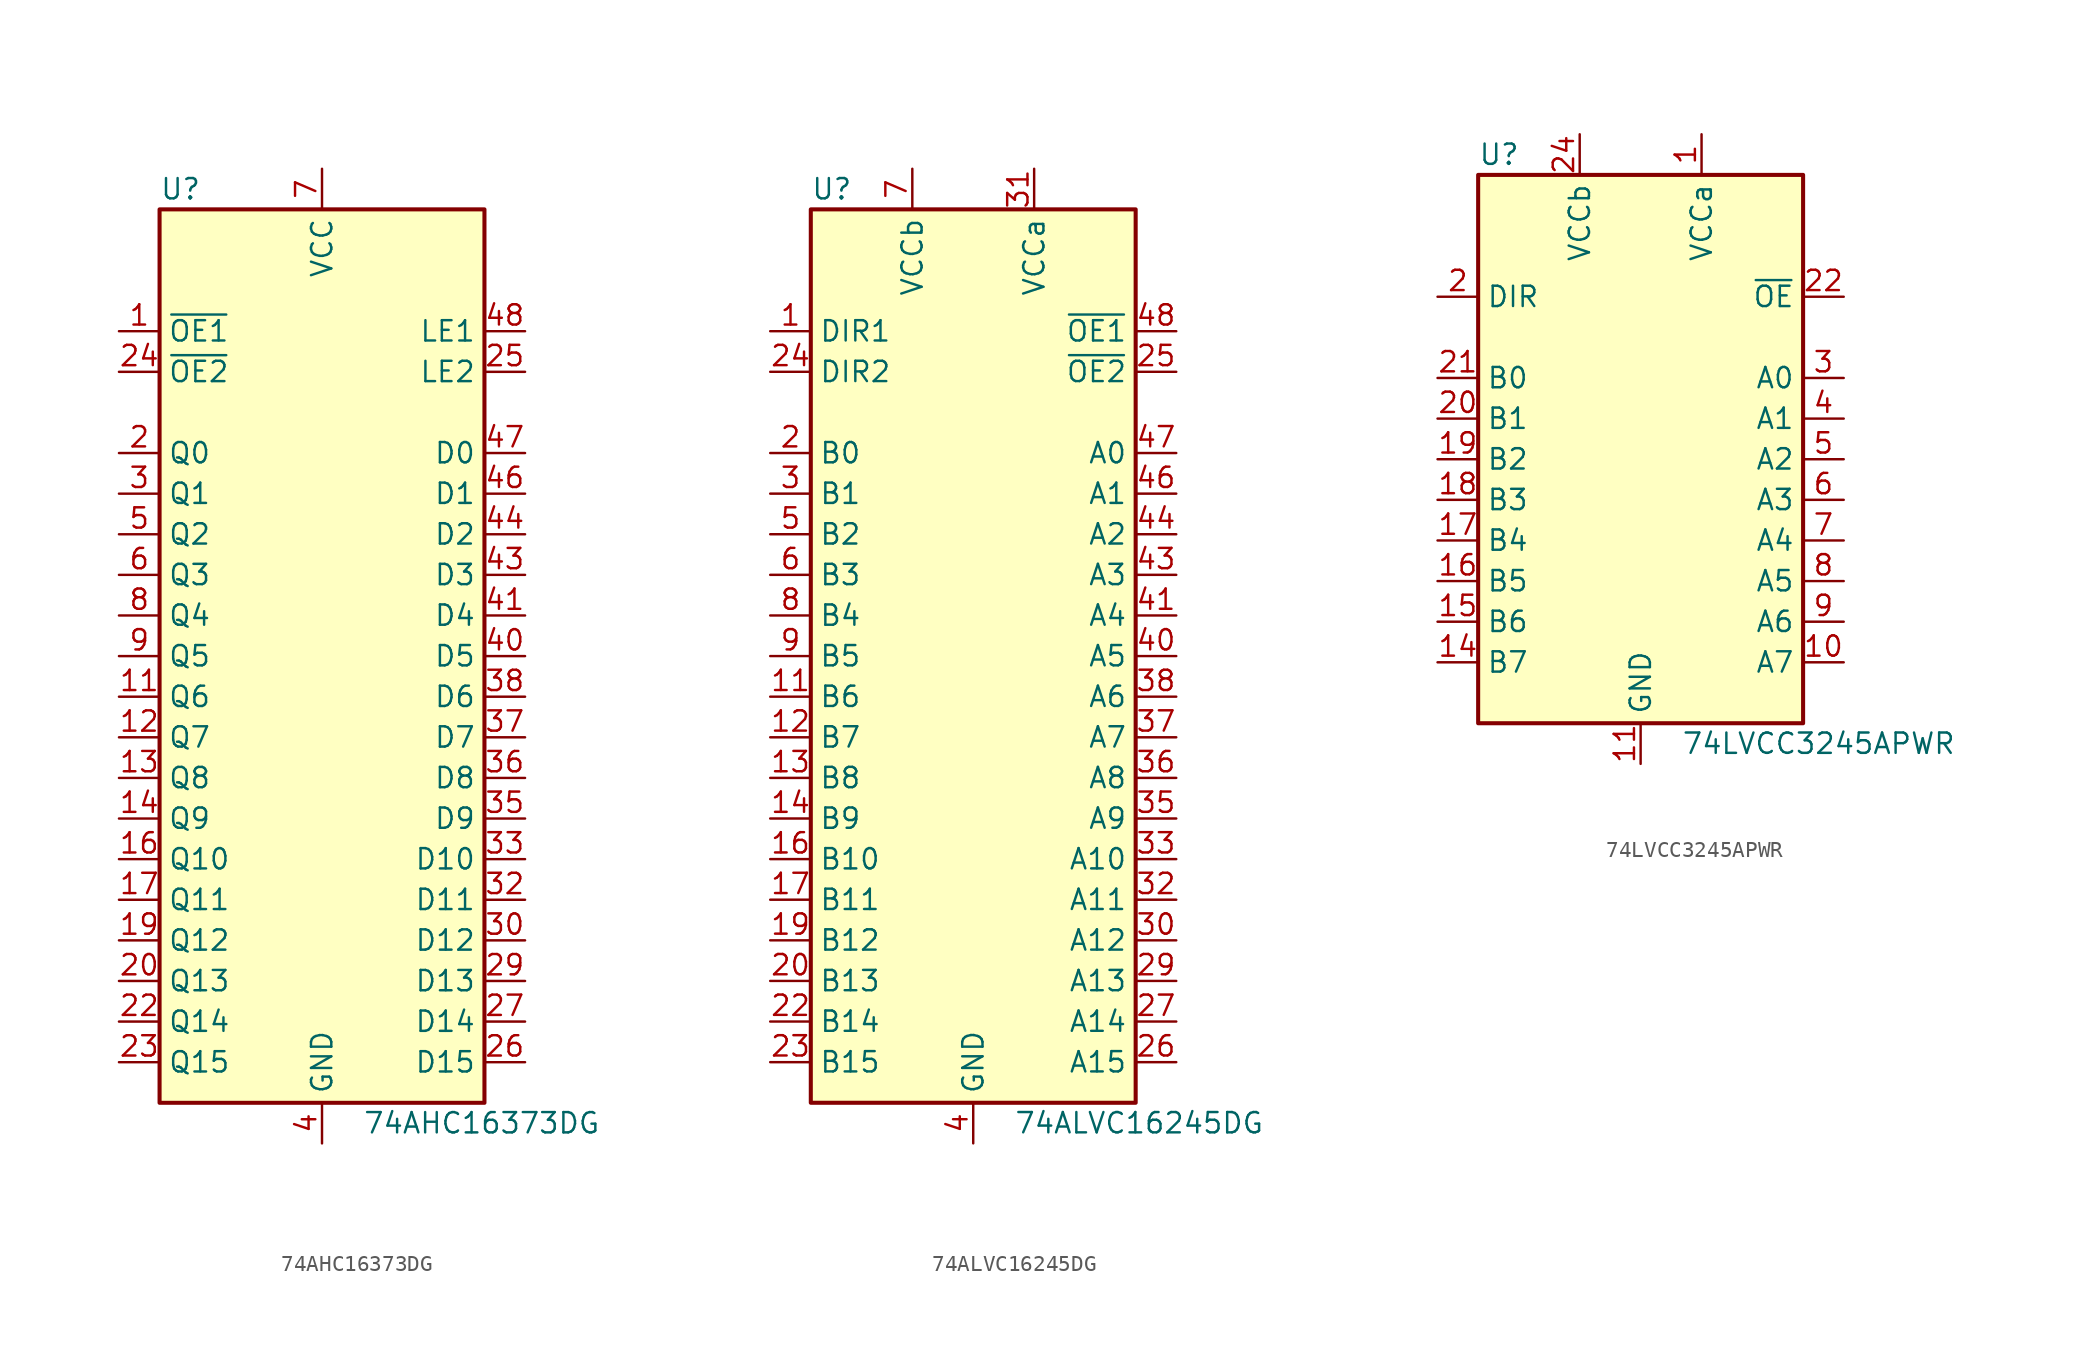
<source format=kicad_sym>
(kicad_symbol_lib
  (version 20231120)
  (generator "kicad_symbol_editor")
  (generator_version "8.0")
  (symbol "74AHC16373DG"
    (property "Reference" "U"
      (at -10.16 29.21 0)
      (effects (font (size 1.27 1.27)) (justify left)))
    (property "Value" "74AHC16373DG"
      (at 2.54 -29.21 0)
      (effects (font (size 1.27 1.27)) (justify left)))
    (symbol "74AHC16373DG_0_1"
      (rectangle (start -10.16 27.94) (end 10.16 -27.94) (stroke (width 0.254) (type default)) (fill (type background))))
    (symbol "74AHC16373DG_1_1"
      (pin input line (at -12.7 20.32 0) (length 2.54) (name "~{OE1}" (effects (font (size 1.27 1.27)))) (number "1" (effects (font (size 1.27 1.27)))))
      (pin passive line (at 0 -30.48 90) (length 2.54) hide (name "GND" (effects (font (size 1.27 1.27)))) (number "10" (effects (font (size 1.27 1.27)))))
      (pin bidirectional line (at -12.7 -2.54 0) (length 2.54) (name "Q6" (effects (font (size 1.27 1.27)))) (number "11" (effects (font (size 1.27 1.27)))))
      (pin bidirectional line (at -12.7 -5.08 0) (length 2.54) (name "Q7" (effects (font (size 1.27 1.27)))) (number "12" (effects (font (size 1.27 1.27)))))
      (pin bidirectional line (at -12.7 -7.62 0) (length 2.54) (name "Q8" (effects (font (size 1.27 1.27)))) (number "13" (effects (font (size 1.27 1.27)))))
      (pin bidirectional line (at -12.7 -10.16 0) (length 2.54) (name "Q9" (effects (font (size 1.27 1.27)))) (number "14" (effects (font (size 1.27 1.27)))))
      (pin passive line (at 0 -30.48 90) (length 2.54) hide (name "GND" (effects (font (size 1.27 1.27)))) (number "15" (effects (font (size 1.27 1.27)))))
      (pin bidirectional line (at -12.7 -12.7 0) (length 2.54) (name "Q10" (effects (font (size 1.27 1.27)))) (number "16" (effects (font (size 1.27 1.27)))))
      (pin bidirectional line (at -12.7 -15.24 0) (length 2.54) (name "Q11" (effects (font (size 1.27 1.27)))) (number "17" (effects (font (size 1.27 1.27)))))
      (pin passive line (at 0 30.48 270) (length 2.54) hide (name "VCC" (effects (font (size 1.27 1.27)))) (number "18" (effects (font (size 1.27 1.27)))))
      (pin bidirectional line (at -12.7 -17.78 0) (length 2.54) (name "Q12" (effects (font (size 1.27 1.27)))) (number "19" (effects (font (size 1.27 1.27)))))
      (pin bidirectional line (at -12.7 12.7 0) (length 2.54) (name "Q0" (effects (font (size 1.27 1.27)))) (number "2" (effects (font (size 1.27 1.27)))))
      (pin bidirectional line (at -12.7 -20.32 0) (length 2.54) (name "Q13" (effects (font (size 1.27 1.27)))) (number "20" (effects (font (size 1.27 1.27)))))
      (pin passive line (at 0 -30.48 90) (length 2.54) hide (name "GND" (effects (font (size 1.27 1.27)))) (number "21" (effects (font (size 1.27 1.27)))))
      (pin bidirectional line (at -12.7 -22.86 0) (length 2.54) (name "Q14" (effects (font (size 1.27 1.27)))) (number "22" (effects (font (size 1.27 1.27)))))
      (pin bidirectional line (at -12.7 -25.4 0) (length 2.54) (name "Q15" (effects (font (size 1.27 1.27)))) (number "23" (effects (font (size 1.27 1.27)))))
      (pin input line (at -12.7 17.78 0) (length 2.54) (name "~{OE2}" (effects (font (size 1.27 1.27)))) (number "24" (effects (font (size 1.27 1.27)))))
      (pin input line (at 12.7 17.78 180) (length 2.54) (name "LE2" (effects (font (size 1.27 1.27)))) (number "25" (effects (font (size 1.27 1.27)))))
      (pin bidirectional line (at 12.7 -25.4 180) (length 2.54) (name "D15" (effects (font (size 1.27 1.27)))) (number "26" (effects (font (size 1.27 1.27)))))
      (pin bidirectional line (at 12.7 -22.86 180) (length 2.54) (name "D14" (effects (font (size 1.27 1.27)))) (number "27" (effects (font (size 1.27 1.27)))))
      (pin passive line (at 0 -30.48 90) (length 2.54) hide (name "GND" (effects (font (size 1.27 1.27)))) (number "28" (effects (font (size 1.27 1.27)))))
      (pin bidirectional line (at 12.7 -20.32 180) (length 2.54) (name "D13" (effects (font (size 1.27 1.27)))) (number "29" (effects (font (size 1.27 1.27)))))
      (pin bidirectional line (at -12.7 10.16 0) (length 2.54) (name "Q1" (effects (font (size 1.27 1.27)))) (number "3" (effects (font (size 1.27 1.27)))))
      (pin bidirectional line (at 12.7 -17.78 180) (length 2.54) (name "D12" (effects (font (size 1.27 1.27)))) (number "30" (effects (font (size 1.27 1.27)))))
      (pin power_in line (at 0 30.48 270) (length 2.54) hide (name "VCC" (effects (font (size 1.27 1.27)))) (number "31" (effects (font (size 1.27 1.27)))))
      (pin bidirectional line (at 12.7 -15.24 180) (length 2.54) (name "D11" (effects (font (size 1.27 1.27)))) (number "32" (effects (font (size 1.27 1.27)))))
      (pin bidirectional line (at 12.7 -12.7 180) (length 2.54) (name "D10" (effects (font (size 1.27 1.27)))) (number "33" (effects (font (size 1.27 1.27)))))
      (pin passive line (at 0 -30.48 90) (length 2.54) hide (name "GND" (effects (font (size 1.27 1.27)))) (number "34" (effects (font (size 1.27 1.27)))))
      (pin bidirectional line (at 12.7 -10.16 180) (length 2.54) (name "D9" (effects (font (size 1.27 1.27)))) (number "35" (effects (font (size 1.27 1.27)))))
      (pin bidirectional line (at 12.7 -7.62 180) (length 2.54) (name "D8" (effects (font (size 1.27 1.27)))) (number "36" (effects (font (size 1.27 1.27)))))
      (pin bidirectional line (at 12.7 -5.08 180) (length 2.54) (name "D7" (effects (font (size 1.27 1.27)))) (number "37" (effects (font (size 1.27 1.27)))))
      (pin bidirectional line (at 12.7 -2.54 180) (length 2.54) (name "D6" (effects (font (size 1.27 1.27)))) (number "38" (effects (font (size 1.27 1.27)))))
      (pin passive line (at 0 -30.48 90) (length 2.54) hide (name "GND" (effects (font (size 1.27 1.27)))) (number "39" (effects (font (size 1.27 1.27)))))
      (pin power_in line (at 0 -30.48 90) (length 2.54) (name "GND" (effects (font (size 1.27 1.27)))) (number "4" (effects (font (size 1.27 1.27)))))
      (pin bidirectional line (at 12.7 0 180) (length 2.54) (name "D5" (effects (font (size 1.27 1.27)))) (number "40" (effects (font (size 1.27 1.27)))))
      (pin bidirectional line (at 12.7 2.54 180) (length 2.54) (name "D4" (effects (font (size 1.27 1.27)))) (number "41" (effects (font (size 1.27 1.27)))))
      (pin passive line (at 0 30.48 270) (length 2.54) hide (name "VCC" (effects (font (size 1.27 1.27)))) (number "42" (effects (font (size 1.27 1.27)))))
      (pin bidirectional line (at 12.7 5.08 180) (length 2.54) (name "D3" (effects (font (size 1.27 1.27)))) (number "43" (effects (font (size 1.27 1.27)))))
      (pin bidirectional line (at 12.7 7.62 180) (length 2.54) (name "D2" (effects (font (size 1.27 1.27)))) (number "44" (effects (font (size 1.27 1.27)))))
      (pin passive line (at 0 -30.48 90) (length 2.54) hide (name "GND" (effects (font (size 1.27 1.27)))) (number "45" (effects (font (size 1.27 1.27)))))
      (pin bidirectional line (at 12.7 10.16 180) (length 2.54) (name "D1" (effects (font (size 1.27 1.27)))) (number "46" (effects (font (size 1.27 1.27)))))
      (pin bidirectional line (at 12.7 12.7 180) (length 2.54) (name "D0" (effects (font (size 1.27 1.27)))) (number "47" (effects (font (size 1.27 1.27)))))
      (pin input line (at 12.7 20.32 180) (length 2.54) (name "LE1" (effects (font (size 1.27 1.27)))) (number "48" (effects (font (size 1.27 1.27)))))
      (pin bidirectional line (at -12.7 7.62 0) (length 2.54) (name "Q2" (effects (font (size 1.27 1.27)))) (number "5" (effects (font (size 1.27 1.27)))))
      (pin bidirectional line (at -12.7 5.08 0) (length 2.54) (name "Q3" (effects (font (size 1.27 1.27)))) (number "6" (effects (font (size 1.27 1.27)))))
      (pin power_in line (at 0 30.48 270) (length 2.54) (name "VCC" (effects (font (size 1.27 1.27)))) (number "7" (effects (font (size 1.27 1.27)))))
      (pin bidirectional line (at -12.7 2.54 0) (length 2.54) (name "Q4" (effects (font (size 1.27 1.27)))) (number "8" (effects (font (size 1.27 1.27)))))
      (pin bidirectional line (at -12.7 0 0) (length 2.54) (name "Q5" (effects (font (size 1.27 1.27)))) (number "9" (effects (font (size 1.27 1.27)))))))
  (symbol "74ALVC16245DG"
    (property "Reference" "U"
      (at -10.16 29.21 0)
      (effects (font (size 1.27 1.27)) (justify left)))
    (property "Value" "74ALVC16245DG"
      (at 2.54 -29.21 0)
      (effects (font (size 1.27 1.27)) (justify left)))
    (symbol "74ALVC16245DG_0_1"
      (rectangle (start -10.16 27.94) (end 10.16 -27.94) (stroke (width 0.254) (type default)) (fill (type background))))
    (symbol "74ALVC16245DG_1_1"
      (pin input line (at -12.7 20.32 0) (length 2.54) (name "DIR1" (effects (font (size 1.27 1.27)))) (number "1" (effects (font (size 1.27 1.27)))))
      (pin passive line (at 0 -30.48 90) (length 2.54) hide (name "GND" (effects (font (size 1.27 1.27)))) (number "10" (effects (font (size 1.27 1.27)))))
      (pin bidirectional line (at -12.7 -2.54 0) (length 2.54) (name "B6" (effects (font (size 1.27 1.27)))) (number "11" (effects (font (size 1.27 1.27)))))
      (pin bidirectional line (at -12.7 -5.08 0) (length 2.54) (name "B7" (effects (font (size 1.27 1.27)))) (number "12" (effects (font (size 1.27 1.27)))))
      (pin bidirectional line (at -12.7 -7.62 0) (length 2.54) (name "B8" (effects (font (size 1.27 1.27)))) (number "13" (effects (font (size 1.27 1.27)))))
      (pin bidirectional line (at -12.7 -10.16 0) (length 2.54) (name "B9" (effects (font (size 1.27 1.27)))) (number "14" (effects (font (size 1.27 1.27)))))
      (pin passive line (at 0 -30.48 90) (length 2.54) hide (name "GND" (effects (font (size 1.27 1.27)))) (number "15" (effects (font (size 1.27 1.27)))))
      (pin bidirectional line (at -12.7 -12.7 0) (length 2.54) (name "B10" (effects (font (size 1.27 1.27)))) (number "16" (effects (font (size 1.27 1.27)))))
      (pin bidirectional line (at -12.7 -15.24 0) (length 2.54) (name "B11" (effects (font (size 1.27 1.27)))) (number "17" (effects (font (size 1.27 1.27)))))
      (pin passive line (at -3.81 30.48 270) (length 2.54) hide (name "VCCb" (effects (font (size 1.27 1.27)))) (number "18" (effects (font (size 1.27 1.27)))))
      (pin bidirectional line (at -12.7 -17.78 0) (length 2.54) (name "B12" (effects (font (size 1.27 1.27)))) (number "19" (effects (font (size 1.27 1.27)))))
      (pin bidirectional line (at -12.7 12.7 0) (length 2.54) (name "B0" (effects (font (size 1.27 1.27)))) (number "2" (effects (font (size 1.27 1.27)))))
      (pin bidirectional line (at -12.7 -20.32 0) (length 2.54) (name "B13" (effects (font (size 1.27 1.27)))) (number "20" (effects (font (size 1.27 1.27)))))
      (pin passive line (at 0 -30.48 90) (length 2.54) hide (name "GND" (effects (font (size 1.27 1.27)))) (number "21" (effects (font (size 1.27 1.27)))))
      (pin bidirectional line (at -12.7 -22.86 0) (length 2.54) (name "B14" (effects (font (size 1.27 1.27)))) (number "22" (effects (font (size 1.27 1.27)))))
      (pin bidirectional line (at -12.7 -25.4 0) (length 2.54) (name "B15" (effects (font (size 1.27 1.27)))) (number "23" (effects (font (size 1.27 1.27)))))
      (pin input line (at -12.7 17.78 0) (length 2.54) (name "DIR2" (effects (font (size 1.27 1.27)))) (number "24" (effects (font (size 1.27 1.27)))))
      (pin input line (at 12.7 17.78 180) (length 2.54) (name "~{OE2}" (effects (font (size 1.27 1.27)))) (number "25" (effects (font (size 1.27 1.27)))))
      (pin bidirectional line (at 12.7 -25.4 180) (length 2.54) (name "A15" (effects (font (size 1.27 1.27)))) (number "26" (effects (font (size 1.27 1.27)))))
      (pin bidirectional line (at 12.7 -22.86 180) (length 2.54) (name "A14" (effects (font (size 1.27 1.27)))) (number "27" (effects (font (size 1.27 1.27)))))
      (pin passive line (at 0 -30.48 90) (length 2.54) hide (name "GND" (effects (font (size 1.27 1.27)))) (number "28" (effects (font (size 1.27 1.27)))))
      (pin bidirectional line (at 12.7 -20.32 180) (length 2.54) (name "A13" (effects (font (size 1.27 1.27)))) (number "29" (effects (font (size 1.27 1.27)))))
      (pin bidirectional line (at -12.7 10.16 0) (length 2.54) (name "B1" (effects (font (size 1.27 1.27)))) (number "3" (effects (font (size 1.27 1.27)))))
      (pin bidirectional line (at 12.7 -17.78 180) (length 2.54) (name "A12" (effects (font (size 1.27 1.27)))) (number "30" (effects (font (size 1.27 1.27)))))
      (pin power_in line (at 3.81 30.48 270) (length 2.54) (name "VCCa" (effects (font (size 1.27 1.27)))) (number "31" (effects (font (size 1.27 1.27)))))
      (pin bidirectional line (at 12.7 -15.24 180) (length 2.54) (name "A11" (effects (font (size 1.27 1.27)))) (number "32" (effects (font (size 1.27 1.27)))))
      (pin bidirectional line (at 12.7 -12.7 180) (length 2.54) (name "A10" (effects (font (size 1.27 1.27)))) (number "33" (effects (font (size 1.27 1.27)))))
      (pin passive line (at 0 -30.48 90) (length 2.54) hide (name "GND" (effects (font (size 1.27 1.27)))) (number "34" (effects (font (size 1.27 1.27)))))
      (pin bidirectional line (at 12.7 -10.16 180) (length 2.54) (name "A9" (effects (font (size 1.27 1.27)))) (number "35" (effects (font (size 1.27 1.27)))))
      (pin bidirectional line (at 12.7 -7.62 180) (length 2.54) (name "A8" (effects (font (size 1.27 1.27)))) (number "36" (effects (font (size 1.27 1.27)))))
      (pin bidirectional line (at 12.7 -5.08 180) (length 2.54) (name "A7" (effects (font (size 1.27 1.27)))) (number "37" (effects (font (size 1.27 1.27)))))
      (pin bidirectional line (at 12.7 -2.54 180) (length 2.54) (name "A6" (effects (font (size 1.27 1.27)))) (number "38" (effects (font (size 1.27 1.27)))))
      (pin passive line (at 0 -30.48 90) (length 2.54) hide (name "GND" (effects (font (size 1.27 1.27)))) (number "39" (effects (font (size 1.27 1.27)))))
      (pin power_in line (at 0 -30.48 90) (length 2.54) (name "GND" (effects (font (size 1.27 1.27)))) (number "4" (effects (font (size 1.27 1.27)))))
      (pin bidirectional line (at 12.7 0 180) (length 2.54) (name "A5" (effects (font (size 1.27 1.27)))) (number "40" (effects (font (size 1.27 1.27)))))
      (pin bidirectional line (at 12.7 2.54 180) (length 2.54) (name "A4" (effects (font (size 1.27 1.27)))) (number "41" (effects (font (size 1.27 1.27)))))
      (pin passive line (at 3.81 30.48 270) (length 2.54) hide (name "VCCa" (effects (font (size 1.27 1.27)))) (number "42" (effects (font (size 1.27 1.27)))))
      (pin bidirectional line (at 12.7 5.08 180) (length 2.54) (name "A3" (effects (font (size 1.27 1.27)))) (number "43" (effects (font (size 1.27 1.27)))))
      (pin bidirectional line (at 12.7 7.62 180) (length 2.54) (name "A2" (effects (font (size 1.27 1.27)))) (number "44" (effects (font (size 1.27 1.27)))))
      (pin passive line (at 0 -30.48 90) (length 2.54) hide (name "GND" (effects (font (size 1.27 1.27)))) (number "45" (effects (font (size 1.27 1.27)))))
      (pin bidirectional line (at 12.7 10.16 180) (length 2.54) (name "A1" (effects (font (size 1.27 1.27)))) (number "46" (effects (font (size 1.27 1.27)))))
      (pin bidirectional line (at 12.7 12.7 180) (length 2.54) (name "A0" (effects (font (size 1.27 1.27)))) (number "47" (effects (font (size 1.27 1.27)))))
      (pin input line (at 12.7 20.32 180) (length 2.54) (name "~{OE1}" (effects (font (size 1.27 1.27)))) (number "48" (effects (font (size 1.27 1.27)))))
      (pin bidirectional line (at -12.7 7.62 0) (length 2.54) (name "B2" (effects (font (size 1.27 1.27)))) (number "5" (effects (font (size 1.27 1.27)))))
      (pin bidirectional line (at -12.7 5.08 0) (length 2.54) (name "B3" (effects (font (size 1.27 1.27)))) (number "6" (effects (font (size 1.27 1.27)))))
      (pin power_in line (at -3.81 30.48 270) (length 2.54) (name "VCCb" (effects (font (size 1.27 1.27)))) (number "7" (effects (font (size 1.27 1.27)))))
      (pin bidirectional line (at -12.7 2.54 0) (length 2.54) (name "B4" (effects (font (size 1.27 1.27)))) (number "8" (effects (font (size 1.27 1.27)))))
      (pin bidirectional line (at -12.7 0 0) (length 2.54) (name "B5" (effects (font (size 1.27 1.27)))) (number "9" (effects (font (size 1.27 1.27)))))))
  (symbol "74LVCC3245APWR"
    (property "Reference" "U"
      (at -10.16 17.78 0)
      (effects (font (size 1.27 1.27)) (justify left)))
    (property "Value" "74LVCC3245APWR"
      (at 2.54 -19.05 0)
      (effects (font (size 1.27 1.27)) (justify left)))
    (symbol "74LVCC3245APWR_0_1"
      (rectangle (start -10.16 16.51) (end 10.16 -17.78) (stroke (width 0.254) (type default)) (fill (type background))))
    (symbol "74LVCC3245APWR_1_1"
      (pin power_in line (at 3.81 19.05 270) (length 2.54) (name "VCCa" (effects (font (size 1.27 1.27)))) (number "1" (effects (font (size 1.27 1.27)))))
      (pin bidirectional line (at 12.7 -13.97 180) (length 2.54) (name "A7" (effects (font (size 1.27 1.27)))) (number "10" (effects (font (size 1.27 1.27)))))
      (pin power_in line (at 0 -20.32 90) (length 2.54) (name "GND" (effects (font (size 1.27 1.27)))) (number "11" (effects (font (size 1.27 1.27)))))
      (pin passive line (at 0 -20.32 90) (length 2.54) hide (name "GND" (effects (font (size 1.27 1.27)))) (number "12" (effects (font (size 1.27 1.27)))))
      (pin passive line (at 0 -20.32 90) (length 2.54) hide (name "GND" (effects (font (size 1.27 1.27)))) (number "13" (effects (font (size 1.27 1.27)))))
      (pin bidirectional line (at -12.7 -13.97 0) (length 2.54) (name "B7" (effects (font (size 1.27 1.27)))) (number "14" (effects (font (size 1.27 1.27)))))
      (pin bidirectional line (at -12.7 -11.43 0) (length 2.54) (name "B6" (effects (font (size 1.27 1.27)))) (number "15" (effects (font (size 1.27 1.27)))))
      (pin bidirectional line (at -12.7 -8.89 0) (length 2.54) (name "B5" (effects (font (size 1.27 1.27)))) (number "16" (effects (font (size 1.27 1.27)))))
      (pin bidirectional line (at -12.7 -6.35 0) (length 2.54) (name "B4" (effects (font (size 1.27 1.27)))) (number "17" (effects (font (size 1.27 1.27)))))
      (pin bidirectional line (at -12.7 -3.81 0) (length 2.54) (name "B3" (effects (font (size 1.27 1.27)))) (number "18" (effects (font (size 1.27 1.27)))))
      (pin bidirectional line (at -12.7 -1.27 0) (length 2.54) (name "B2" (effects (font (size 1.27 1.27)))) (number "19" (effects (font (size 1.27 1.27)))))
      (pin input line (at -12.7 8.89 0) (length 2.54) (name "DIR" (effects (font (size 1.27 1.27)))) (number "2" (effects (font (size 1.27 1.27)))))
      (pin bidirectional line (at -12.7 1.27 0) (length 2.54) (name "B1" (effects (font (size 1.27 1.27)))) (number "20" (effects (font (size 1.27 1.27)))))
      (pin bidirectional line (at -12.7 3.81 0) (length 2.54) (name "B0" (effects (font (size 1.27 1.27)))) (number "21" (effects (font (size 1.27 1.27)))))
      (pin input line (at 12.7 8.89 180) (length 2.54) (name "~{OE}" (effects (font (size 1.27 1.27)))) (number "22" (effects (font (size 1.27 1.27)))))
      (pin no_connect non_logic (at -5.08 -20.32 90) (length 2.54) hide (name "N/C" (effects (font (size 1.27 1.27)))) (number "23" (effects (font (size 1.27 1.27)))))
      (pin power_in line (at -3.81 19.05 270) (length 2.54) (name "VCCb" (effects (font (size 1.27 1.27)))) (number "24" (effects (font (size 1.27 1.27)))))
      (pin bidirectional line (at 12.7 3.81 180) (length 2.54) (name "A0" (effects (font (size 1.27 1.27)))) (number "3" (effects (font (size 1.27 1.27)))))
      (pin bidirectional line (at 12.7 1.27 180) (length 2.54) (name "A1" (effects (font (size 1.27 1.27)))) (number "4" (effects (font (size 1.27 1.27)))))
      (pin bidirectional line (at 12.7 -1.27 180) (length 2.54) (name "A2" (effects (font (size 1.27 1.27)))) (number "5" (effects (font (size 1.27 1.27)))))
      (pin bidirectional line (at 12.7 -3.81 180) (length 2.54) (name "A3" (effects (font (size 1.27 1.27)))) (number "6" (effects (font (size 1.27 1.27)))))
      (pin bidirectional line (at 12.7 -6.35 180) (length 2.54) (name "A4" (effects (font (size 1.27 1.27)))) (number "7" (effects (font (size 1.27 1.27)))))
      (pin bidirectional line (at 12.7 -8.89 180) (length 2.54) (name "A5" (effects (font (size 1.27 1.27)))) (number "8" (effects (font (size 1.27 1.27)))))
      (pin bidirectional line (at 12.7 -11.43 180) (length 2.54) (name "A6" (effects (font (size 1.27 1.27)))) (number "9" (effects (font (size 1.27 1.27))))))))
</source>
